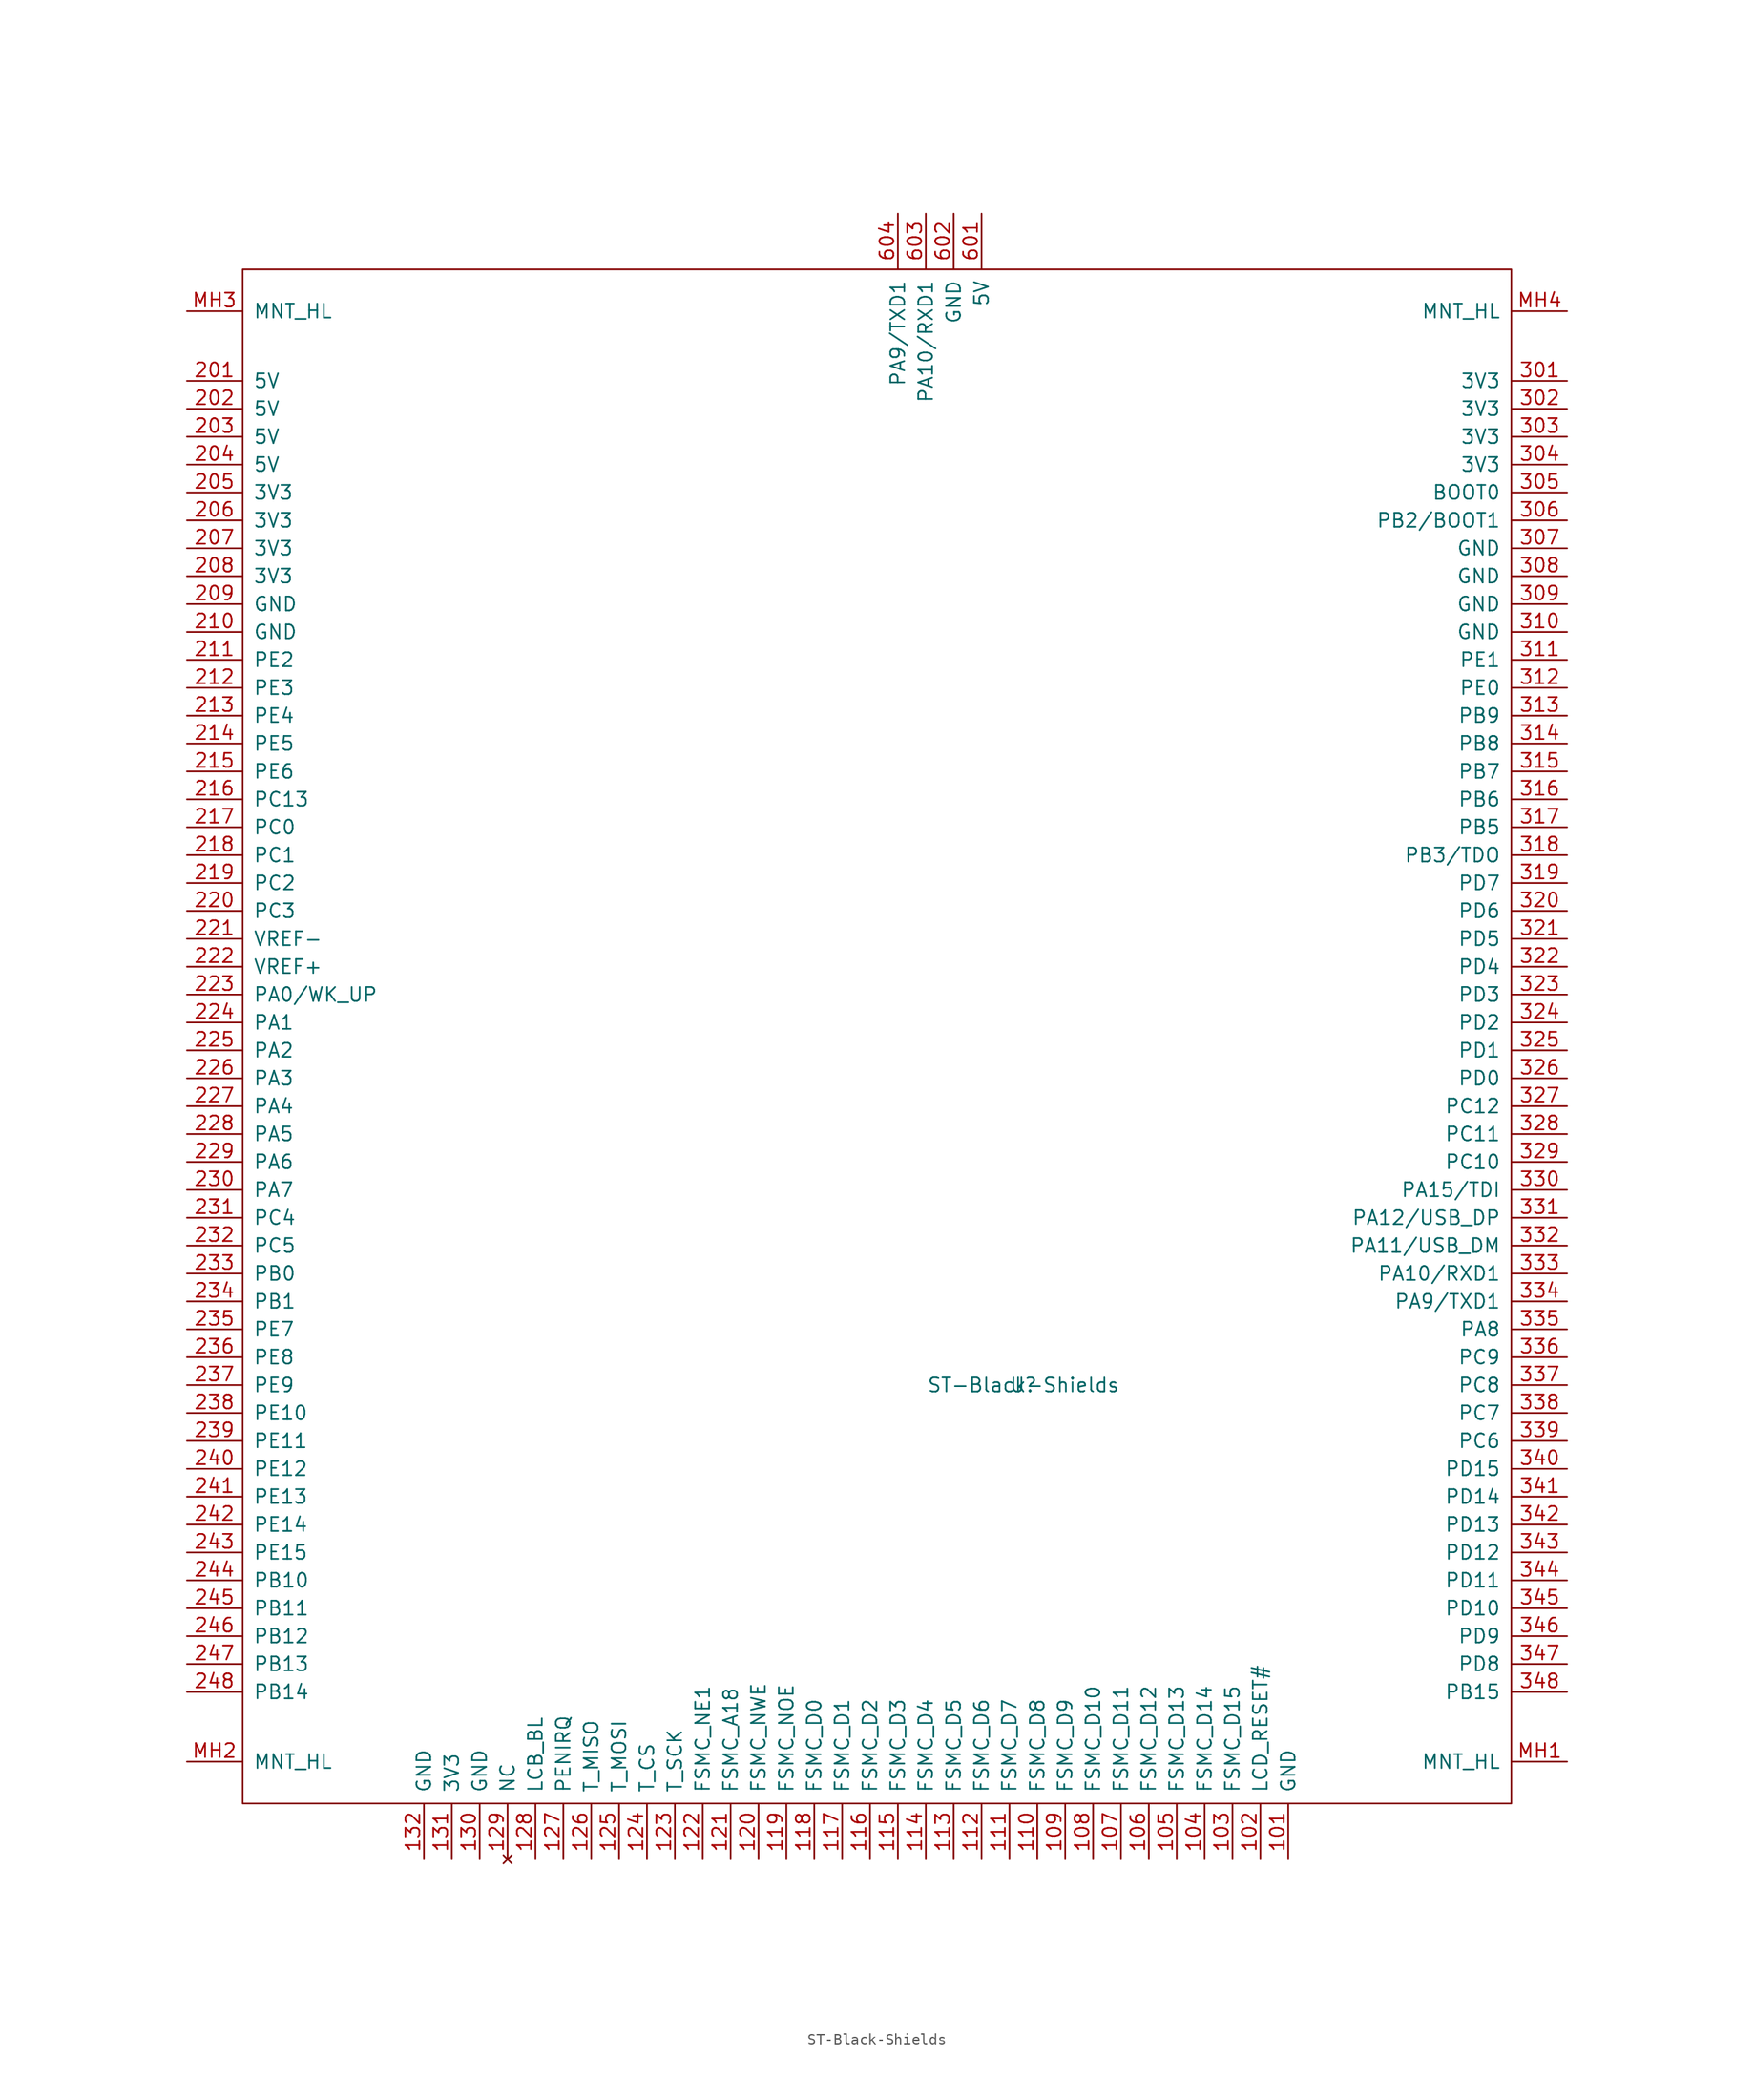
<source format=kicad_sym>
(kicad_symbol_lib
  (version 20241209)
  (generator "kicad_symbol_editor")
  (generator_version "9.0")
  (symbol "ST-Black-Shields"
    (pin_names
      (offset 1.016))
    (property "Reference" "U"
      (at 13.97 -55.88 0)
      (effects (font (size 1.27 1.27))))
    (property "Value" "ST-Black-Shields"
      (at 13.97 -55.88 0)
      (effects (font (size 1.27 1.27))))
    (symbol "ST-Black-Shields_0_1"
      (rectangle (start -57.15 -93.98) (end 58.42 45.72) (stroke (width 0) (type solid)) (fill (type none))))
    (symbol "ST-Black-Shields_1_1"
      (pin power_in line (at -62.23 41.91 0) (length 5.004) (name "MNT_HL" (effects (font (size 1.27 1.27)))) (number "MH3" (effects (font (size 1.27 1.27)))))
      (pin power_in line (at -62.23 35.56 0) (length 5.004) (name "5V" (effects (font (size 1.27 1.27)))) (number "201" (effects (font (size 1.27 1.27)))))
      (pin power_in line (at -62.23 33.02 0) (length 5.004) (name "5V" (effects (font (size 1.27 1.27)))) (number "202" (effects (font (size 1.27 1.27)))))
      (pin power_in line (at -62.23 30.48 0) (length 5.004) (name "5V" (effects (font (size 1.27 1.27)))) (number "203" (effects (font (size 1.27 1.27)))))
      (pin power_in line (at -62.23 27.94 0) (length 5.004) (name "5V" (effects (font (size 1.27 1.27)))) (number "204" (effects (font (size 1.27 1.27)))))
      (pin power_out line (at -62.23 25.4 0) (length 5.004) (name "3V3" (effects (font (size 1.27 1.27)))) (number "205" (effects (font (size 1.27 1.27)))))
      (pin power_out line (at -62.23 22.86 0) (length 5.004) (name "3V3" (effects (font (size 1.27 1.27)))) (number "206" (effects (font (size 1.27 1.27)))))
      (pin power_out line (at -62.23 20.32 0) (length 5.004) (name "3V3" (effects (font (size 1.27 1.27)))) (number "207" (effects (font (size 1.27 1.27)))))
      (pin power_out line (at -62.23 17.78 0) (length 5.004) (name "3V3" (effects (font (size 1.27 1.27)))) (number "208" (effects (font (size 1.27 1.27)))))
      (pin power_in line (at -62.23 15.24 0) (length 5.004) (name "GND" (effects (font (size 1.27 1.27)))) (number "209" (effects (font (size 1.27 1.27)))))
      (pin power_in line (at -62.23 12.7 0) (length 5.004) (name "GND" (effects (font (size 1.27 1.27)))) (number "210" (effects (font (size 1.27 1.27)))))
      (pin bidirectional line (at -62.23 10.16 0) (length 5.004) (name "PE2" (effects (font (size 1.27 1.27)))) (number "211" (effects (font (size 1.27 1.27)))))
      (pin bidirectional line (at -62.23 7.62 0) (length 5.004) (name "PE3" (effects (font (size 1.27 1.27)))) (number "212" (effects (font (size 1.27 1.27)))))
      (pin bidirectional line (at -62.23 5.08 0) (length 5.004) (name "PE4" (effects (font (size 1.27 1.27)))) (number "213" (effects (font (size 1.27 1.27)))))
      (pin bidirectional line (at -62.23 2.54 0) (length 5.004) (name "PE5" (effects (font (size 1.27 1.27)))) (number "214" (effects (font (size 1.27 1.27)))))
      (pin bidirectional line (at -62.23 0 0) (length 5.004) (name "PE6" (effects (font (size 1.27 1.27)))) (number "215" (effects (font (size 1.27 1.27)))))
      (pin bidirectional line (at -62.23 -2.54 0) (length 5.004) (name "PC13" (effects (font (size 1.27 1.27)))) (number "216" (effects (font (size 1.27 1.27)))))
      (pin bidirectional line (at -62.23 -5.08 0) (length 5.004) (name "PC0" (effects (font (size 1.27 1.27)))) (number "217" (effects (font (size 1.27 1.27)))))
      (pin bidirectional line (at -62.23 -7.62 0) (length 5.004) (name "PC1" (effects (font (size 1.27 1.27)))) (number "218" (effects (font (size 1.27 1.27)))))
      (pin bidirectional line (at -62.23 -10.16 0) (length 5.004) (name "PC2" (effects (font (size 1.27 1.27)))) (number "219" (effects (font (size 1.27 1.27)))))
      (pin bidirectional line (at -62.23 -12.7 0) (length 5.004) (name "PC3" (effects (font (size 1.27 1.27)))) (number "220" (effects (font (size 1.27 1.27)))))
      (pin input line (at -62.23 -15.24 0) (length 5.004) (name "VREF-" (effects (font (size 1.27 1.27)))) (number "221" (effects (font (size 1.27 1.27)))))
      (pin input line (at -62.23 -17.78 0) (length 5.004) (name "VREF+" (effects (font (size 1.27 1.27)))) (number "222" (effects (font (size 1.27 1.27)))))
      (pin bidirectional line (at -62.23 -20.32 0) (length 5.004) (name "PA0/WK_UP" (effects (font (size 1.27 1.27)))) (number "223" (effects (font (size 1.27 1.27)))))
      (pin bidirectional line (at -62.23 -22.86 0) (length 5.004) (name "PA1" (effects (font (size 1.27 1.27)))) (number "224" (effects (font (size 1.27 1.27)))))
      (pin bidirectional line (at -62.23 -25.4 0) (length 5.004) (name "PA2" (effects (font (size 1.27 1.27)))) (number "225" (effects (font (size 1.27 1.27)))))
      (pin bidirectional line (at -62.23 -27.94 0) (length 5.004) (name "PA3" (effects (font (size 1.27 1.27)))) (number "226" (effects (font (size 1.27 1.27)))))
      (pin bidirectional line (at -62.23 -30.48 0) (length 5.004) (name "PA4" (effects (font (size 1.27 1.27)))) (number "227" (effects (font (size 1.27 1.27)))))
      (pin bidirectional line (at -62.23 -33.02 0) (length 5.004) (name "PA5" (effects (font (size 1.27 1.27)))) (number "228" (effects (font (size 1.27 1.27)))))
      (pin bidirectional line (at -62.23 -35.56 0) (length 5.004) (name "PA6" (effects (font (size 1.27 1.27)))) (number "229" (effects (font (size 1.27 1.27)))))
      (pin bidirectional line (at -62.23 -38.1 0) (length 5.004) (name "PA7" (effects (font (size 1.27 1.27)))) (number "230" (effects (font (size 1.27 1.27)))))
      (pin bidirectional line (at -62.23 -40.64 0) (length 5.004) (name "PC4" (effects (font (size 1.27 1.27)))) (number "231" (effects (font (size 1.27 1.27)))))
      (pin bidirectional line (at -62.23 -43.18 0) (length 5.004) (name "PC5" (effects (font (size 1.27 1.27)))) (number "232" (effects (font (size 1.27 1.27)))))
      (pin bidirectional line (at -62.23 -45.72 0) (length 5.004) (name "PB0" (effects (font (size 1.27 1.27)))) (number "233" (effects (font (size 1.27 1.27)))))
      (pin bidirectional line (at -62.23 -48.26 0) (length 5.004) (name "PB1" (effects (font (size 1.27 1.27)))) (number "234" (effects (font (size 1.27 1.27)))))
      (pin bidirectional line (at -62.23 -50.8 0) (length 5.004) (name "PE7" (effects (font (size 1.27 1.27)))) (number "235" (effects (font (size 1.27 1.27)))))
      (pin bidirectional line (at -62.23 -53.34 0) (length 5.004) (name "PE8" (effects (font (size 1.27 1.27)))) (number "236" (effects (font (size 1.27 1.27)))))
      (pin bidirectional line (at -62.23 -55.88 0) (length 5.004) (name "PE9" (effects (font (size 1.27 1.27)))) (number "237" (effects (font (size 1.27 1.27)))))
      (pin bidirectional line (at -62.23 -58.42 0) (length 5.004) (name "PE10" (effects (font (size 1.27 1.27)))) (number "238" (effects (font (size 1.27 1.27)))))
      (pin bidirectional line (at -62.23 -60.96 0) (length 5.004) (name "PE11" (effects (font (size 1.27 1.27)))) (number "239" (effects (font (size 1.27 1.27)))))
      (pin bidirectional line (at -62.23 -63.5 0) (length 5.004) (name "PE12" (effects (font (size 1.27 1.27)))) (number "240" (effects (font (size 1.27 1.27)))))
      (pin bidirectional line (at -62.23 -66.04 0) (length 5.004) (name "PE13" (effects (font (size 1.27 1.27)))) (number "241" (effects (font (size 1.27 1.27)))))
      (pin bidirectional line (at -62.23 -68.58 0) (length 5.004) (name "PE14" (effects (font (size 1.27 1.27)))) (number "242" (effects (font (size 1.27 1.27)))))
      (pin bidirectional line (at -62.23 -71.12 0) (length 5.004) (name "PE15" (effects (font (size 1.27 1.27)))) (number "243" (effects (font (size 1.27 1.27)))))
      (pin bidirectional line (at -62.23 -73.66 0) (length 5.004) (name "PB10" (effects (font (size 1.27 1.27)))) (number "244" (effects (font (size 1.27 1.27)))))
      (pin bidirectional line (at -62.23 -76.2 0) (length 5.004) (name "PB11" (effects (font (size 1.27 1.27)))) (number "245" (effects (font (size 1.27 1.27)))))
      (pin bidirectional line (at -62.23 -78.74 0) (length 5.004) (name "PB12" (effects (font (size 1.27 1.27)))) (number "246" (effects (font (size 1.27 1.27)))))
      (pin bidirectional line (at -62.23 -81.28 0) (length 5.004) (name "PB13" (effects (font (size 1.27 1.27)))) (number "247" (effects (font (size 1.27 1.27)))))
      (pin bidirectional line (at -62.23 -83.82 0) (length 5.004) (name "PB14" (effects (font (size 1.27 1.27)))) (number "248" (effects (font (size 1.27 1.27)))))
      (pin power_in line (at -62.23 -90.17 0) (length 5.004) (name "MNT_HL" (effects (font (size 1.27 1.27)))) (number "MH2" (effects (font (size 1.27 1.27)))))
      (pin power_in line (at -40.64 -99.06 90) (length 5.004) (name "GND" (effects (font (size 1.27 1.27)))) (number "132" (effects (font (size 1.27 1.27)))))
      (pin power_out line (at -38.1 -99.06 90) (length 5.004) (name "3V3" (effects (font (size 1.27 1.27)))) (number "131" (effects (font (size 1.27 1.27)))))
      (pin power_in line (at -35.56 -99.06 90) (length 5.004) (name "GND" (effects (font (size 1.27 1.27)))) (number "130" (effects (font (size 1.27 1.27)))))
      (pin no_connect line (at -33.02 -99.06 90) (length 5.004) (name "NC" (effects (font (size 1.27 1.27)))) (number "129" (effects (font (size 1.27 1.27)))))
      (pin bidirectional line (at -30.48 -99.06 90) (length 5.004) (name "LCB_BL" (effects (font (size 1.27 1.27)))) (number "128" (effects (font (size 1.27 1.27)))))
      (pin bidirectional line (at -27.94 -99.06 90) (length 5.004) (name "PENIRQ" (effects (font (size 1.27 1.27)))) (number "127" (effects (font (size 1.27 1.27)))))
      (pin bidirectional line (at -25.4 -99.06 90) (length 5.004) (name "T_MISO" (effects (font (size 1.27 1.27)))) (number "126" (effects (font (size 1.27 1.27)))))
      (pin bidirectional line (at -22.86 -99.06 90) (length 5.004) (name "T_MOSI" (effects (font (size 1.27 1.27)))) (number "125" (effects (font (size 1.27 1.27)))))
      (pin bidirectional line (at -20.32 -99.06 90) (length 5.004) (name "T_CS" (effects (font (size 1.27 1.27)))) (number "124" (effects (font (size 1.27 1.27)))))
      (pin bidirectional line (at -17.78 -99.06 90) (length 5.004) (name "T_SCK" (effects (font (size 1.27 1.27)))) (number "123" (effects (font (size 1.27 1.27)))))
      (pin bidirectional line (at -15.24 -99.06 90) (length 5.004) (name "FSMC_NE1" (effects (font (size 1.27 1.27)))) (number "122" (effects (font (size 1.27 1.27)))))
      (pin bidirectional line (at -12.7 -99.06 90) (length 5.004) (name "FSMC_A18" (effects (font (size 1.27 1.27)))) (number "121" (effects (font (size 1.27 1.27)))))
      (pin bidirectional line (at -10.16 -99.06 90) (length 5.004) (name "FSMC_NWE" (effects (font (size 1.27 1.27)))) (number "120" (effects (font (size 1.27 1.27)))))
      (pin bidirectional line (at -7.62 -99.06 90) (length 5.004) (name "FSMC_NOE" (effects (font (size 1.27 1.27)))) (number "119" (effects (font (size 1.27 1.27)))))
      (pin bidirectional line (at -5.08 -99.06 90) (length 5.004) (name "FSMC_D0" (effects (font (size 1.27 1.27)))) (number "118" (effects (font (size 1.27 1.27)))))
      (pin bidirectional line (at -2.54 -99.06 90) (length 5.004) (name "FSMC_D1" (effects (font (size 1.27 1.27)))) (number "117" (effects (font (size 1.27 1.27)))))
      (pin bidirectional line (at 0 -99.06 90) (length 5.004) (name "FSMC_D2" (effects (font (size 1.27 1.27)))) (number "116" (effects (font (size 1.27 1.27)))))
      (pin bidirectional line (at 2.54 50.8 270) (length 5.004) (name "PA9/TXD1" (effects (font (size 1.27 1.27)))) (number "604" (effects (font (size 1.27 1.27)))))
      (pin bidirectional line (at 2.54 -99.06 90) (length 5.004) (name "FSMC_D3" (effects (font (size 1.27 1.27)))) (number "115" (effects (font (size 1.27 1.27)))))
      (pin bidirectional line (at 5.08 50.8 270) (length 5.004) (name "PA10/RXD1" (effects (font (size 1.27 1.27)))) (number "603" (effects (font (size 1.27 1.27)))))
      (pin bidirectional line (at 5.08 -99.06 90) (length 5.004) (name "FSMC_D4" (effects (font (size 1.27 1.27)))) (number "114" (effects (font (size 1.27 1.27)))))
      (pin power_out line (at 7.62 50.8 270) (length 5.004) (name "GND" (effects (font (size 1.27 1.27)))) (number "602" (effects (font (size 1.27 1.27)))))
      (pin bidirectional line (at 7.62 -99.06 90) (length 5.004) (name "FSMC_D5" (effects (font (size 1.27 1.27)))) (number "113" (effects (font (size 1.27 1.27)))))
      (pin power_in line (at 10.16 50.8 270) (length 5.004) (name "5V" (effects (font (size 1.27 1.27)))) (number "601" (effects (font (size 1.27 1.27)))))
      (pin bidirectional line (at 10.16 -99.06 90) (length 5.004) (name "FSMC_D6" (effects (font (size 1.27 1.27)))) (number "112" (effects (font (size 1.27 1.27)))))
      (pin bidirectional line (at 12.7 -99.06 90) (length 5.004) (name "FSMC_D7" (effects (font (size 1.27 1.27)))) (number "111" (effects (font (size 1.27 1.27)))))
      (pin bidirectional line (at 15.24 -99.06 90) (length 5.004) (name "FSMC_D8" (effects (font (size 1.27 1.27)))) (number "110" (effects (font (size 1.27 1.27)))))
      (pin bidirectional line (at 17.78 -99.06 90) (length 5.004) (name "FSMC_D9" (effects (font (size 1.27 1.27)))) (number "109" (effects (font (size 1.27 1.27)))))
      (pin bidirectional line (at 20.32 -99.06 90) (length 5.004) (name "FSMC_D10" (effects (font (size 1.27 1.27)))) (number "108" (effects (font (size 1.27 1.27)))))
      (pin bidirectional line (at 22.86 -99.06 90) (length 5.004) (name "FSMC_D11" (effects (font (size 1.27 1.27)))) (number "107" (effects (font (size 1.27 1.27)))))
      (pin bidirectional line (at 25.4 -99.06 90) (length 5.004) (name "FSMC_D12" (effects (font (size 1.27 1.27)))) (number "106" (effects (font (size 1.27 1.27)))))
      (pin bidirectional line (at 27.94 -99.06 90) (length 5.004) (name "FSMC_D13" (effects (font (size 1.27 1.27)))) (number "105" (effects (font (size 1.27 1.27)))))
      (pin bidirectional line (at 30.48 -99.06 90) (length 5.004) (name "FSMC_D14" (effects (font (size 1.27 1.27)))) (number "104" (effects (font (size 1.27 1.27)))))
      (pin bidirectional line (at 33.02 -99.06 90) (length 5.004) (name "FSMC_D15" (effects (font (size 1.27 1.27)))) (number "103" (effects (font (size 1.27 1.27)))))
      (pin bidirectional line (at 35.56 -99.06 90) (length 5.004) (name "LCD_RESET#" (effects (font (size 1.27 1.27)))) (number "102" (effects (font (size 1.27 1.27)))))
      (pin power_in line (at 38.1 -99.06 90) (length 5.004) (name "GND" (effects (font (size 1.27 1.27)))) (number "101" (effects (font (size 1.27 1.27)))))
      (pin power_in line (at 63.5 41.91 180) (length 5.004) (name "MNT_HL" (effects (font (size 1.27 1.27)))) (number "MH4" (effects (font (size 1.27 1.27)))))
      (pin power_out line (at 63.5 35.56 180) (length 5.004) (name "3V3" (effects (font (size 1.27 1.27)))) (number "301" (effects (font (size 1.27 1.27)))))
      (pin power_out line (at 63.5 33.02 180) (length 5.004) (name "3V3" (effects (font (size 1.27 1.27)))) (number "302" (effects (font (size 1.27 1.27)))))
      (pin power_out line (at 63.5 30.48 180) (length 5.004) (name "3V3" (effects (font (size 1.27 1.27)))) (number "303" (effects (font (size 1.27 1.27)))))
      (pin power_out line (at 63.5 27.94 180) (length 5.004) (name "3V3" (effects (font (size 1.27 1.27)))) (number "304" (effects (font (size 1.27 1.27)))))
      (pin bidirectional line (at 63.5 25.4 180) (length 5.004) (name "BOOT0" (effects (font (size 1.27 1.27)))) (number "305" (effects (font (size 1.27 1.27)))))
      (pin bidirectional line (at 63.5 22.86 180) (length 5.004) (name "PB2/BOOT1" (effects (font (size 1.27 1.27)))) (number "306" (effects (font (size 1.27 1.27)))))
      (pin power_in line (at 63.5 20.32 180) (length 5.004) (name "GND" (effects (font (size 1.27 1.27)))) (number "307" (effects (font (size 1.27 1.27)))))
      (pin power_in line (at 63.5 17.78 180) (length 5.004) (name "GND" (effects (font (size 1.27 1.27)))) (number "308" (effects (font (size 1.27 1.27)))))
      (pin power_in line (at 63.5 15.24 180) (length 5.004) (name "GND" (effects (font (size 1.27 1.27)))) (number "309" (effects (font (size 1.27 1.27)))))
      (pin power_in line (at 63.5 12.7 180) (length 5.004) (name "GND" (effects (font (size 1.27 1.27)))) (number "310" (effects (font (size 1.27 1.27)))))
      (pin bidirectional line (at 63.5 10.16 180) (length 5.004) (name "PE1" (effects (font (size 1.27 1.27)))) (number "311" (effects (font (size 1.27 1.27)))))
      (pin bidirectional line (at 63.5 7.62 180) (length 5.004) (name "PE0" (effects (font (size 1.27 1.27)))) (number "312" (effects (font (size 1.27 1.27)))))
      (pin bidirectional line (at 63.5 5.08 180) (length 5.004) (name "PB9" (effects (font (size 1.27 1.27)))) (number "313" (effects (font (size 1.27 1.27)))))
      (pin bidirectional line (at 63.5 2.54 180) (length 5.004) (name "PB8" (effects (font (size 1.27 1.27)))) (number "314" (effects (font (size 1.27 1.27)))))
      (pin bidirectional line (at 63.5 0 180) (length 5.004) (name "PB7" (effects (font (size 1.27 1.27)))) (number "315" (effects (font (size 1.27 1.27)))))
      (pin bidirectional line (at 63.5 -2.54 180) (length 5.004) (name "PB6" (effects (font (size 1.27 1.27)))) (number "316" (effects (font (size 1.27 1.27)))))
      (pin bidirectional line (at 63.5 -5.08 180) (length 5.004) (name "PB5" (effects (font (size 1.27 1.27)))) (number "317" (effects (font (size 1.27 1.27)))))
      (pin bidirectional line (at 63.5 -7.62 180) (length 5.004) (name "PB3/TDO" (effects (font (size 1.27 1.27)))) (number "318" (effects (font (size 1.27 1.27)))))
      (pin bidirectional line (at 63.5 -10.16 180) (length 5.004) (name "PD7" (effects (font (size 1.27 1.27)))) (number "319" (effects (font (size 1.27 1.27)))))
      (pin bidirectional line (at 63.5 -12.7 180) (length 5.004) (name "PD6" (effects (font (size 1.27 1.27)))) (number "320" (effects (font (size 1.27 1.27)))))
      (pin bidirectional line (at 63.5 -15.24 180) (length 5.004) (name "PD5" (effects (font (size 1.27 1.27)))) (number "321" (effects (font (size 1.27 1.27)))))
      (pin bidirectional line (at 63.5 -17.78 180) (length 5.004) (name "PD4" (effects (font (size 1.27 1.27)))) (number "322" (effects (font (size 1.27 1.27)))))
      (pin bidirectional line (at 63.5 -20.32 180) (length 5.004) (name "PD3" (effects (font (size 1.27 1.27)))) (number "323" (effects (font (size 1.27 1.27)))))
      (pin bidirectional line (at 63.5 -22.86 180) (length 5.004) (name "PD2" (effects (font (size 1.27 1.27)))) (number "324" (effects (font (size 1.27 1.27)))))
      (pin bidirectional line (at 63.5 -25.4 180) (length 5.004) (name "PD1" (effects (font (size 1.27 1.27)))) (number "325" (effects (font (size 1.27 1.27)))))
      (pin bidirectional line (at 63.5 -27.94 180) (length 5.004) (name "PD0" (effects (font (size 1.27 1.27)))) (number "326" (effects (font (size 1.27 1.27)))))
      (pin bidirectional line (at 63.5 -30.48 180) (length 5.004) (name "PC12" (effects (font (size 1.27 1.27)))) (number "327" (effects (font (size 1.27 1.27)))))
      (pin bidirectional line (at 63.5 -33.02 180) (length 5.004) (name "PC11" (effects (font (size 1.27 1.27)))) (number "328" (effects (font (size 1.27 1.27)))))
      (pin bidirectional line (at 63.5 -35.56 180) (length 5.004) (name "PC10" (effects (font (size 1.27 1.27)))) (number "329" (effects (font (size 1.27 1.27)))))
      (pin bidirectional line (at 63.5 -38.1 180) (length 5.004) (name "PA15/TDI" (effects (font (size 1.27 1.27)))) (number "330" (effects (font (size 1.27 1.27)))))
      (pin bidirectional line (at 63.5 -40.64 180) (length 5.004) (name "PA12/USB_DP" (effects (font (size 1.27 1.27)))) (number "331" (effects (font (size 1.27 1.27)))))
      (pin bidirectional line (at 63.5 -43.18 180) (length 5.004) (name "PA11/USB_DM" (effects (font (size 1.27 1.27)))) (number "332" (effects (font (size 1.27 1.27)))))
      (pin bidirectional line (at 63.5 -45.72 180) (length 5.004) (name "PA10/RXD1" (effects (font (size 1.27 1.27)))) (number "333" (effects (font (size 1.27 1.27)))))
      (pin bidirectional line (at 63.5 -48.26 180) (length 5.004) (name "PA9/TXD1" (effects (font (size 1.27 1.27)))) (number "334" (effects (font (size 1.27 1.27)))))
      (pin bidirectional line (at 63.5 -50.8 180) (length 5.004) (name "PA8" (effects (font (size 1.27 1.27)))) (number "335" (effects (font (size 1.27 1.27)))))
      (pin bidirectional line (at 63.5 -53.34 180) (length 5.004) (name "PC9" (effects (font (size 1.27 1.27)))) (number "336" (effects (font (size 1.27 1.27)))))
      (pin bidirectional line (at 63.5 -55.88 180) (length 5.004) (name "PC8" (effects (font (size 1.27 1.27)))) (number "337" (effects (font (size 1.27 1.27)))))
      (pin bidirectional line (at 63.5 -58.42 180) (length 5.004) (name "PC7" (effects (font (size 1.27 1.27)))) (number "338" (effects (font (size 1.27 1.27)))))
      (pin bidirectional line (at 63.5 -60.96 180) (length 5.004) (name "PC6" (effects (font (size 1.27 1.27)))) (number "339" (effects (font (size 1.27 1.27)))))
      (pin bidirectional line (at 63.5 -63.5 180) (length 5.004) (name "PD15" (effects (font (size 1.27 1.27)))) (number "340" (effects (font (size 1.27 1.27)))))
      (pin bidirectional line (at 63.5 -66.04 180) (length 5.004) (name "PD14" (effects (font (size 1.27 1.27)))) (number "341" (effects (font (size 1.27 1.27)))))
      (pin bidirectional line (at 63.5 -68.58 180) (length 5.004) (name "PD13" (effects (font (size 1.27 1.27)))) (number "342" (effects (font (size 1.27 1.27)))))
      (pin bidirectional line (at 63.5 -71.12 180) (length 5.004) (name "PD12" (effects (font (size 1.27 1.27)))) (number "343" (effects (font (size 1.27 1.27)))))
      (pin bidirectional line (at 63.5 -73.66 180) (length 5.004) (name "PD11" (effects (font (size 1.27 1.27)))) (number "344" (effects (font (size 1.27 1.27)))))
      (pin bidirectional line (at 63.5 -76.2 180) (length 5.004) (name "PD10" (effects (font (size 1.27 1.27)))) (number "345" (effects (font (size 1.27 1.27)))))
      (pin bidirectional line (at 63.5 -78.74 180) (length 5.004) (name "PD9" (effects (font (size 1.27 1.27)))) (number "346" (effects (font (size 1.27 1.27)))))
      (pin bidirectional line (at 63.5 -81.28 180) (length 5.004) (name "PD8" (effects (font (size 1.27 1.27)))) (number "347" (effects (font (size 1.27 1.27)))))
      (pin bidirectional line (at 63.5 -83.82 180) (length 5.004) (name "PB15" (effects (font (size 1.27 1.27)))) (number "348" (effects (font (size 1.27 1.27)))))
      (pin power_in line (at 63.5 -90.17 180) (length 5.004) (name "MNT_HL" (effects (font (size 1.27 1.27)))) (number "MH1" (effects (font (size 1.27 1.27))))))))
</source>
